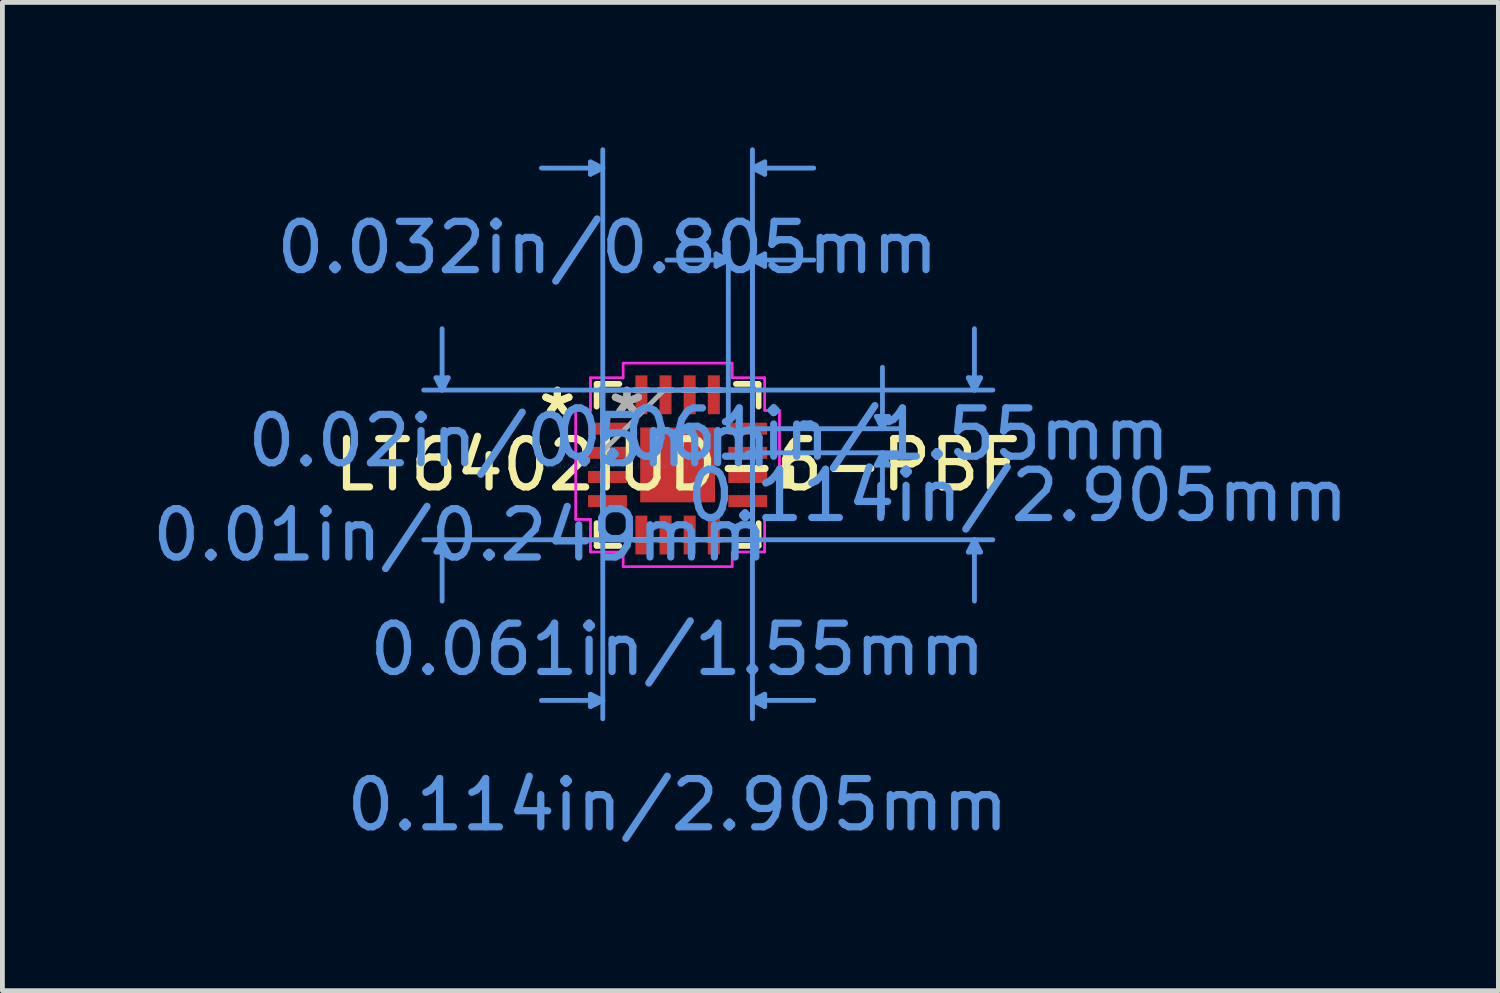
<source format=kicad_pcb>
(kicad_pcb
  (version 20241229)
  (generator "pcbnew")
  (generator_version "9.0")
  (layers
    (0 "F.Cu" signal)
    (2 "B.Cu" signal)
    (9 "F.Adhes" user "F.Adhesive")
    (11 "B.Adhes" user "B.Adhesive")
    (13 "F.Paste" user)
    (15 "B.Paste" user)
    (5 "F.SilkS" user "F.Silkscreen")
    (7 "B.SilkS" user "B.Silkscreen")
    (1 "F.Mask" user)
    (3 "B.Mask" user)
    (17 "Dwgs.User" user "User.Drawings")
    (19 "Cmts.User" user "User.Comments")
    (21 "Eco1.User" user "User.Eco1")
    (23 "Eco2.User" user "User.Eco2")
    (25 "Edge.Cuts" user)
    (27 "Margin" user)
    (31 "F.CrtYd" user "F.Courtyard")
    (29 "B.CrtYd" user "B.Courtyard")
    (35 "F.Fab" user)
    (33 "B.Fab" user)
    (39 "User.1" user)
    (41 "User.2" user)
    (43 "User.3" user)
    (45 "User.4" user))
  (footprint "LT6402IUD-6-PBF"
    (layer "F.Cu")
    (at 10.983 6.578)
    (property "Reference" "LT6402IUD-6-PBF" (at 0 0 0) (layer "F.SilkS") (effects (font (size 1 1) (thickness 0.15))))
    (attr through_hole)
    (fp_line (start -1.677 -1.677) (end -1.677 -1.207) (stroke (width 0.12) (type solid)) (layer "F.SilkS"))
    (fp_line (start -1.677 1.207) (end -1.677 1.677) (stroke (width 0.12) (type solid)) (layer "F.SilkS"))
    (fp_line (start -1.677 1.677) (end -1.207 1.677) (stroke (width 0.12) (type solid)) (layer "F.SilkS"))
    (fp_line (start -1.207 -1.677) (end -1.677 -1.677) (stroke (width 0.12) (type solid)) (layer "F.SilkS"))
    (fp_line (start 1.207 1.677) (end 1.677 1.677) (stroke (width 0.12) (type solid)) (layer "F.SilkS"))
    (fp_line (start 1.677 -1.677) (end 1.207 -1.677) (stroke (width 0.12) (type solid)) (layer "F.SilkS"))
    (fp_line (start 1.677 -1.207) (end 1.677 -1.677) (stroke (width 0.12) (type solid)) (layer "F.SilkS"))
    (fp_line (start 1.677 1.677) (end 1.677 1.207) (stroke (width 0.12) (type solid)) (layer "F.SilkS"))
    (fp_poly (pts (xy 2.363 0.059) (xy 2.363 0.441) (xy 2.109 0.441) (xy 2.109 0.059)) (stroke (width 0.1) (type solid)) (fill yes) (layer "F.SilkS"))
    (fp_line (start -5.004 -1.804) (end -4.75 -1.804) (stroke (width 0.1) (type solid)) (layer "Cmts.User"))
    (fp_line (start -5.004 1.804) (end -4.75 1.804) (stroke (width 0.1) (type solid)) (layer "Cmts.User"))
    (fp_line (start -4.877 -1.55) (end -5.004 -1.804) (stroke (width 0.1) (type solid)) (layer "Cmts.User"))
    (fp_line (start -4.877 -1.55) (end -4.877 -2.82) (stroke (width 0.1) (type solid)) (layer "Cmts.User"))
    (fp_line (start -4.877 -1.55) (end -4.75 -1.804) (stroke (width 0.1) (type solid)) (layer "Cmts.User"))
    (fp_line (start -4.877 1.55) (end -5.004 1.804) (stroke (width 0.1) (type solid)) (layer "Cmts.User"))
    (fp_line (start -4.877 1.55) (end -4.877 2.82) (stroke (width 0.1) (type solid)) (layer "Cmts.User"))
    (fp_line (start -4.877 1.55) (end -4.75 1.804) (stroke (width 0.1) (type solid)) (layer "Cmts.User"))
    (fp_line (start -1.804 -6.274) (end -1.804 -6.02) (stroke (width 0.1) (type solid)) (layer "Cmts.User"))
    (fp_line (start -1.804 4.75) (end -1.804 5.004) (stroke (width 0.1) (type solid)) (layer "Cmts.User"))
    (fp_line (start -1.55 -6.147) (end -2.82 -6.147) (stroke (width 0.1) (type solid)) (layer "Cmts.User"))
    (fp_line (start -1.55 -6.147) (end -1.804 -6.274) (stroke (width 0.1) (type solid)) (layer "Cmts.User"))
    (fp_line (start -1.55 -6.147) (end -1.804 -6.02) (stroke (width 0.1) (type solid)) (layer "Cmts.User"))
    (fp_line (start -1.55 -1.55) (end -1.55 5.258) (stroke (width 0.1) (type solid)) (layer "Cmts.User"))
    (fp_line (start -1.55 -0.75) (end -1.55 -6.528) (stroke (width 0.1) (type solid)) (layer "Cmts.User"))
    (fp_line (start -1.55 4.877) (end -2.82 4.877) (stroke (width 0.1) (type solid)) (layer "Cmts.User"))
    (fp_line (start -1.55 4.877) (end -1.804 4.75) (stroke (width 0.1) (type solid)) (layer "Cmts.User"))
    (fp_line (start -1.55 4.877) (end -1.804 5.004) (stroke (width 0.1) (type solid)) (layer "Cmts.User"))
    (fp_line (start 0.75 -1.55) (end 6.528 -1.55) (stroke (width 0.1) (type solid)) (layer "Cmts.User"))
    (fp_line (start 0.75 1.55) (end 6.528 1.55) (stroke (width 0.1) (type solid)) (layer "Cmts.User"))
    (fp_line (start 0.796 -4.369) (end 0.796 -4.115) (stroke (width 0.1) (type solid)) (layer "Cmts.User"))
    (fp_line (start 1.05 -4.242) (end -0.22 -4.242) (stroke (width 0.1) (type solid)) (layer "Cmts.User"))
    (fp_line (start 1.05 -4.242) (end 0.796 -4.369) (stroke (width 0.1) (type solid)) (layer "Cmts.User"))
    (fp_line (start 1.05 -4.242) (end 0.796 -4.115) (stroke (width 0.1) (type solid)) (layer "Cmts.User"))
    (fp_line (start 1.05 -0.75) (end 1.05 -4.623) (stroke (width 0.1) (type solid)) (layer "Cmts.User"))
    (fp_line (start 1.452 -0.75) (end 4.623 -0.75) (stroke (width 0.1) (type solid)) (layer "Cmts.User"))
    (fp_line (start 1.452 -0.25) (end 4.623 -0.25) (stroke (width 0.1) (type solid)) (layer "Cmts.User"))
    (fp_line (start 1.55 -6.147) (end 1.804 -6.274) (stroke (width 0.1) (type solid)) (layer "Cmts.User"))
    (fp_line (start 1.55 -6.147) (end 1.804 -6.02) (stroke (width 0.1) (type solid)) (layer "Cmts.User"))
    (fp_line (start 1.55 -6.147) (end 2.82 -6.147) (stroke (width 0.1) (type solid)) (layer "Cmts.User"))
    (fp_line (start 1.55 -4.242) (end 1.804 -4.369) (stroke (width 0.1) (type solid)) (layer "Cmts.User"))
    (fp_line (start 1.55 -4.242) (end 1.804 -4.115) (stroke (width 0.1) (type solid)) (layer "Cmts.User"))
    (fp_line (start 1.55 -4.242) (end 2.82 -4.242) (stroke (width 0.1) (type solid)) (layer "Cmts.User"))
    (fp_line (start 1.55 -1.55) (end -5.258 -1.55) (stroke (width 0.1) (type solid)) (layer "Cmts.User"))
    (fp_line (start 1.55 -1.55) (end 1.55 5.258) (stroke (width 0.1) (type solid)) (layer "Cmts.User"))
    (fp_line (start 1.55 -0.75) (end 1.55 -6.528) (stroke (width 0.1) (type solid)) (layer "Cmts.User"))
    (fp_line (start 1.55 -0.75) (end 1.55 -4.623) (stroke (width 0.1) (type solid)) (layer "Cmts.User"))
    (fp_line (start 1.55 1.55) (end -5.258 1.55) (stroke (width 0.1) (type solid)) (layer "Cmts.User"))
    (fp_line (start 1.55 4.877) (end 1.804 4.75) (stroke (width 0.1) (type solid)) (layer "Cmts.User"))
    (fp_line (start 1.55 4.877) (end 1.804 5.004) (stroke (width 0.1) (type solid)) (layer "Cmts.User"))
    (fp_line (start 1.55 4.877) (end 2.82 4.877) (stroke (width 0.1) (type solid)) (layer "Cmts.User"))
    (fp_line (start 1.804 -6.274) (end 1.804 -6.02) (stroke (width 0.1) (type solid)) (layer "Cmts.User"))
    (fp_line (start 1.804 -4.369) (end 1.804 -4.115) (stroke (width 0.1) (type solid)) (layer "Cmts.User"))
    (fp_line (start 1.804 4.75) (end 1.804 5.004) (stroke (width 0.1) (type solid)) (layer "Cmts.User"))
    (fp_line (start 4.115 -1.004) (end 4.369 -1.004) (stroke (width 0.1) (type solid)) (layer "Cmts.User"))
    (fp_line (start 4.115 0.004) (end 4.369 0.004) (stroke (width 0.1) (type solid)) (layer "Cmts.User"))
    (fp_line (start 4.242 -0.75) (end 4.115 -1.004) (stroke (width 0.1) (type solid)) (layer "Cmts.User"))
    (fp_line (start 4.242 -0.75) (end 4.242 -2.02) (stroke (width 0.1) (type solid)) (layer "Cmts.User"))
    (fp_line (start 4.242 -0.75) (end 4.369 -1.004) (stroke (width 0.1) (type solid)) (layer "Cmts.User"))
    (fp_line (start 4.242 -0.25) (end 4.115 0.004) (stroke (width 0.1) (type solid)) (layer "Cmts.User"))
    (fp_line (start 4.242 -0.25) (end 4.242 1.02) (stroke (width 0.1) (type solid)) (layer "Cmts.User"))
    (fp_line (start 4.242 -0.25) (end 4.369 0.004) (stroke (width 0.1) (type solid)) (layer "Cmts.User"))
    (fp_line (start 6.02 -1.804) (end 6.274 -1.804) (stroke (width 0.1) (type solid)) (layer "Cmts.User"))
    (fp_line (start 6.02 1.804) (end 6.274 1.804) (stroke (width 0.1) (type solid)) (layer "Cmts.User"))
    (fp_line (start 6.147 -1.55) (end 6.02 -1.804) (stroke (width 0.1) (type solid)) (layer "Cmts.User"))
    (fp_line (start 6.147 -1.55) (end 6.147 -2.82) (stroke (width 0.1) (type solid)) (layer "Cmts.User"))
    (fp_line (start 6.147 -1.55) (end 6.274 -1.804) (stroke (width 0.1) (type solid)) (layer "Cmts.User"))
    (fp_line (start 6.147 1.55) (end 6.02 1.804) (stroke (width 0.1) (type solid)) (layer "Cmts.User"))
    (fp_line (start 6.147 1.55) (end 6.147 2.82) (stroke (width 0.1) (type solid)) (layer "Cmts.User"))
    (fp_line (start 6.147 1.55) (end 6.274 1.804) (stroke (width 0.1) (type solid)) (layer "Cmts.User"))
    (fp_line (start -2.109 -1.129) (end -1.804 -1.129) (stroke (width 0.05) (type solid)) (layer "F.CrtYd"))
    (fp_line (start -2.109 -1.129) (end -1.804 -1.129) (stroke (width 0.05) (type solid)) (layer "F.CrtYd"))
    (fp_line (start -2.109 1.129) (end -2.109 -1.129) (stroke (width 0.05) (type solid)) (layer "F.CrtYd"))
    (fp_line (start -2.109 1.129) (end -2.109 -1.129) (stroke (width 0.05) (type solid)) (layer "F.CrtYd"))
    (fp_line (start -1.804 -1.804) (end -1.129 -1.804) (stroke (width 0.05) (type solid)) (layer "F.CrtYd"))
    (fp_line (start -1.804 -1.804) (end -1.129 -1.804) (stroke (width 0.05) (type solid)) (layer "F.CrtYd"))
    (fp_line (start -1.804 -1.129) (end -1.804 -1.804) (stroke (width 0.05) (type solid)) (layer "F.CrtYd"))
    (fp_line (start -1.804 -1.129) (end -1.804 -1.804) (stroke (width 0.05) (type solid)) (layer "F.CrtYd"))
    (fp_line (start -1.804 1.129) (end -2.109 1.129) (stroke (width 0.05) (type solid)) (layer "F.CrtYd"))
    (fp_line (start -1.804 1.129) (end -2.109 1.129) (stroke (width 0.05) (type solid)) (layer "F.CrtYd"))
    (fp_line (start -1.804 1.804) (end -1.804 1.129) (stroke (width 0.05) (type solid)) (layer "F.CrtYd"))
    (fp_line (start -1.804 1.804) (end -1.804 1.129) (stroke (width 0.05) (type solid)) (layer "F.CrtYd"))
    (fp_line (start -1.129 -2.109) (end 1.129 -2.109) (stroke (width 0.05) (type solid)) (layer "F.CrtYd"))
    (fp_line (start -1.129 -2.109) (end 1.129 -2.109) (stroke (width 0.05) (type solid)) (layer "F.CrtYd"))
    (fp_line (start -1.129 -1.804) (end -1.129 -2.109) (stroke (width 0.05) (type solid)) (layer "F.CrtYd"))
    (fp_line (start -1.129 -1.804) (end -1.129 -2.109) (stroke (width 0.05) (type solid)) (layer "F.CrtYd"))
    (fp_line (start -1.129 1.804) (end -1.804 1.804) (stroke (width 0.05) (type solid)) (layer "F.CrtYd"))
    (fp_line (start -1.129 1.804) (end -1.804 1.804) (stroke (width 0.05) (type solid)) (layer "F.CrtYd"))
    (fp_line (start -1.129 2.109) (end -1.129 1.804) (stroke (width 0.05) (type solid)) (layer "F.CrtYd"))
    (fp_line (start -1.129 2.109) (end -1.129 1.804) (stroke (width 0.05) (type solid)) (layer "F.CrtYd"))
    (fp_line (start 1.129 -2.109) (end 1.129 -1.804) (stroke (width 0.05) (type solid)) (layer "F.CrtYd"))
    (fp_line (start 1.129 -2.109) (end 1.129 -1.804) (stroke (width 0.05) (type solid)) (layer "F.CrtYd"))
    (fp_line (start 1.129 -1.804) (end 1.804 -1.804) (stroke (width 0.05) (type solid)) (layer "F.CrtYd"))
    (fp_line (start 1.129 -1.804) (end 1.804 -1.804) (stroke (width 0.05) (type solid)) (layer "F.CrtYd"))
    (fp_line (start 1.129 1.804) (end 1.129 2.109) (stroke (width 0.05) (type solid)) (layer "F.CrtYd"))
    (fp_line (start 1.129 1.804) (end 1.129 2.109) (stroke (width 0.05) (type solid)) (layer "F.CrtYd"))
    (fp_line (start 1.129 2.109) (end -1.129 2.109) (stroke (width 0.05) (type solid)) (layer "F.CrtYd"))
    (fp_line (start 1.129 2.109) (end -1.129 2.109) (stroke (width 0.05) (type solid)) (layer "F.CrtYd"))
    (fp_line (start 1.804 -1.804) (end 1.804 -1.129) (stroke (width 0.05) (type solid)) (layer "F.CrtYd"))
    (fp_line (start 1.804 -1.804) (end 1.804 -1.129) (stroke (width 0.05) (type solid)) (layer "F.CrtYd"))
    (fp_line (start 1.804 -1.129) (end 2.109 -1.129) (stroke (width 0.05) (type solid)) (layer "F.CrtYd"))
    (fp_line (start 1.804 -1.129) (end 2.109 -1.129) (stroke (width 0.05) (type solid)) (layer "F.CrtYd"))
    (fp_line (start 1.804 1.129) (end 1.804 1.804) (stroke (width 0.05) (type solid)) (layer "F.CrtYd"))
    (fp_line (start 1.804 1.129) (end 1.804 1.804) (stroke (width 0.05) (type solid)) (layer "F.CrtYd"))
    (fp_line (start 1.804 1.804) (end 1.129 1.804) (stroke (width 0.05) (type solid)) (layer "F.CrtYd"))
    (fp_line (start 1.804 1.804) (end 1.129 1.804) (stroke (width 0.05) (type solid)) (layer "F.CrtYd"))
    (fp_line (start 2.109 -1.129) (end 2.109 1.129) (stroke (width 0.05) (type solid)) (layer "F.CrtYd"))
    (fp_line (start 2.109 -1.129) (end 2.109 1.129) (stroke (width 0.05) (type solid)) (layer "F.CrtYd"))
    (fp_line (start 2.109 1.129) (end 1.804 1.129) (stroke (width 0.05) (type solid)) (layer "F.CrtYd"))
    (fp_line (start 2.109 1.129) (end 1.804 1.129) (stroke (width 0.05) (type solid)) (layer "F.CrtYd"))
    (fp_line (start -1.55 -1.55) (end -1.55 -1.55) (stroke (width 0.1) (type solid)) (layer "F.Fab"))
    (fp_line (start -1.55 -1.55) (end -1.55 1.55) (stroke (width 0.1) (type solid)) (layer "F.Fab"))
    (fp_line (start -1.55 -0.9) (end -1.55 -0.9) (stroke (width 0.1) (type solid)) (layer "F.Fab"))
    (fp_line (start -1.55 -0.9) (end -1.55 -0.6) (stroke (width 0.1) (type solid)) (layer "F.Fab"))
    (fp_line (start -1.55 -0.6) (end -1.55 -0.9) (stroke (width 0.1) (type solid)) (layer "F.Fab"))
    (fp_line (start -1.55 -0.6) (end -1.55 -0.6) (stroke (width 0.1) (type solid)) (layer "F.Fab"))
    (fp_line (start -1.55 -0.4) (end -1.55 -0.4) (stroke (width 0.1) (type solid)) (layer "F.Fab"))
    (fp_line (start -1.55 -0.4) (end -1.55 -0.1) (stroke (width 0.1) (type solid)) (layer "F.Fab"))
    (fp_line (start -1.55 -0.28) (end -0.28 -1.55) (stroke (width 0.1) (type solid)) (layer "F.Fab"))
    (fp_line (start -1.55 -0.1) (end -1.55 -0.4) (stroke (width 0.1) (type solid)) (layer "F.Fab"))
    (fp_line (start -1.55 -0.1) (end -1.55 -0.1) (stroke (width 0.1) (type solid)) (layer "F.Fab"))
    (fp_line (start -1.55 0.1) (end -1.55 0.1) (stroke (width 0.1) (type solid)) (layer "F.Fab"))
    (fp_line (start -1.55 0.1) (end -1.55 0.4) (stroke (width 0.1) (type solid)) (layer "F.Fab"))
    (fp_line (start -1.55 0.4) (end -1.55 0.1) (stroke (width 0.1) (type solid)) (layer "F.Fab"))
    (fp_line (start -1.55 0.4) (end -1.55 0.4) (stroke (width 0.1) (type solid)) (layer "F.Fab"))
    (fp_line (start -1.55 0.6) (end -1.55 0.6) (stroke (width 0.1) (type solid)) (layer "F.Fab"))
    (fp_line (start -1.55 0.6) (end -1.55 0.9) (stroke (width 0.1) (type solid)) (layer "F.Fab"))
    (fp_line (start -1.55 0.9) (end -1.55 0.6) (stroke (width 0.1) (type solid)) (layer "F.Fab"))
    (fp_line (start -1.55 0.9) (end -1.55 0.9) (stroke (width 0.1) (type solid)) (layer "F.Fab"))
    (fp_line (start -1.55 1.55) (end -1.55 1.55) (stroke (width 0.1) (type solid)) (layer "F.Fab"))
    (fp_line (start -1.55 1.55) (end 1.55 1.55) (stroke (width 0.1) (type solid)) (layer "F.Fab"))
    (fp_line (start -0.9 -1.55) (end -0.9 -1.55) (stroke (width 0.1) (type solid)) (layer "F.Fab"))
    (fp_line (start -0.9 -1.55) (end -0.6 -1.55) (stroke (width 0.1) (type solid)) (layer "F.Fab"))
    (fp_line (start -0.9 1.55) (end -0.9 1.55) (stroke (width 0.1) (type solid)) (layer "F.Fab"))
    (fp_line (start -0.9 1.55) (end -0.6 1.55) (stroke (width 0.1) (type solid)) (layer "F.Fab"))
    (fp_line (start -0.6 -1.55) (end -0.9 -1.55) (stroke (width 0.1) (type solid)) (layer "F.Fab"))
    (fp_line (start -0.6 -1.55) (end -0.6 -1.55) (stroke (width 0.1) (type solid)) (layer "F.Fab"))
    (fp_line (start -0.6 1.55) (end -0.9 1.55) (stroke (width 0.1) (type solid)) (layer "F.Fab"))
    (fp_line (start -0.6 1.55) (end -0.6 1.55) (stroke (width 0.1) (type solid)) (layer "F.Fab"))
    (fp_line (start -0.4 -1.55) (end -0.4 -1.55) (stroke (width 0.1) (type solid)) (layer "F.Fab"))
    (fp_line (start -0.4 -1.55) (end -0.1 -1.55) (stroke (width 0.1) (type solid)) (layer "F.Fab"))
    (fp_line (start -0.4 1.55) (end -0.4 1.55) (stroke (width 0.1) (type solid)) (layer "F.Fab"))
    (fp_line (start -0.4 1.55) (end -0.1 1.55) (stroke (width 0.1) (type solid)) (layer "F.Fab"))
    (fp_line (start -0.1 -1.55) (end -0.4 -1.55) (stroke (width 0.1) (type solid)) (layer "F.Fab"))
    (fp_line (start -0.1 -1.55) (end -0.1 -1.55) (stroke (width 0.1) (type solid)) (layer "F.Fab"))
    (fp_line (start -0.1 1.55) (end -0.4 1.55) (stroke (width 0.1) (type solid)) (layer "F.Fab"))
    (fp_line (start -0.1 1.55) (end -0.1 1.55) (stroke (width 0.1) (type solid)) (layer "F.Fab"))
    (fp_line (start 0.1 -1.55) (end 0.1 -1.55) (stroke (width 0.1) (type solid)) (layer "F.Fab"))
    (fp_line (start 0.1 -1.55) (end 0.4 -1.55) (stroke (width 0.1) (type solid)) (layer "F.Fab"))
    (fp_line (start 0.1 1.55) (end 0.1 1.55) (stroke (width 0.1) (type solid)) (layer "F.Fab"))
    (fp_line (start 0.1 1.55) (end 0.4 1.55) (stroke (width 0.1) (type solid)) (layer "F.Fab"))
    (fp_line (start 0.4 -1.55) (end 0.1 -1.55) (stroke (width 0.1) (type solid)) (layer "F.Fab"))
    (fp_line (start 0.4 -1.55) (end 0.4 -1.55) (stroke (width 0.1) (type solid)) (layer "F.Fab"))
    (fp_line (start 0.4 1.55) (end 0.1 1.55) (stroke (width 0.1) (type solid)) (layer "F.Fab"))
    (fp_line (start 0.4 1.55) (end 0.4 1.55) (stroke (width 0.1) (type solid)) (layer "F.Fab"))
    (fp_line (start 0.6 -1.55) (end 0.6 -1.55) (stroke (width 0.1) (type solid)) (layer "F.Fab"))
    (fp_line (start 0.6 -1.55) (end 0.9 -1.55) (stroke (width 0.1) (type solid)) (layer "F.Fab"))
    (fp_line (start 0.6 1.55) (end 0.6 1.55) (stroke (width 0.1) (type solid)) (layer "F.Fab"))
    (fp_line (start 0.6 1.55) (end 0.9 1.55) (stroke (width 0.1) (type solid)) (layer "F.Fab"))
    (fp_line (start 0.9 -1.55) (end 0.6 -1.55) (stroke (width 0.1) (type solid)) (layer "F.Fab"))
    (fp_line (start 0.9 -1.55) (end 0.9 -1.55) (stroke (width 0.1) (type solid)) (layer "F.Fab"))
    (fp_line (start 0.9 1.55) (end 0.6 1.55) (stroke (width 0.1) (type solid)) (layer "F.Fab"))
    (fp_line (start 0.9 1.55) (end 0.9 1.55) (stroke (width 0.1) (type solid)) (layer "F.Fab"))
    (fp_line (start 1.55 -1.55) (end -1.55 -1.55) (stroke (width 0.1) (type solid)) (layer "F.Fab"))
    (fp_line (start 1.55 -1.55) (end 1.55 -1.55) (stroke (width 0.1) (type solid)) (layer "F.Fab"))
    (fp_line (start 1.55 -0.9) (end 1.55 -0.9) (stroke (width 0.1) (type solid)) (layer "F.Fab"))
    (fp_line (start 1.55 -0.9) (end 1.55 -0.6) (stroke (width 0.1) (type solid)) (layer "F.Fab"))
    (fp_line (start 1.55 -0.6) (end 1.55 -0.9) (stroke (width 0.1) (type solid)) (layer "F.Fab"))
    (fp_line (start 1.55 -0.6) (end 1.55 -0.6) (stroke (width 0.1) (type solid)) (layer "F.Fab"))
    (fp_line (start 1.55 -0.4) (end 1.55 -0.4) (stroke (width 0.1) (type solid)) (layer "F.Fab"))
    (fp_line (start 1.55 -0.4) (end 1.55 -0.1) (stroke (width 0.1) (type solid)) (layer "F.Fab"))
    (fp_line (start 1.55 -0.1) (end 1.55 -0.4) (stroke (width 0.1) (type solid)) (layer "F.Fab"))
    (fp_line (start 1.55 -0.1) (end 1.55 -0.1) (stroke (width 0.1) (type solid)) (layer "F.Fab"))
    (fp_line (start 1.55 0.1) (end 1.55 0.1) (stroke (width 0.1) (type solid)) (layer "F.Fab"))
    (fp_line (start 1.55 0.1) (end 1.55 0.4) (stroke (width 0.1) (type solid)) (layer "F.Fab"))
    (fp_line (start 1.55 0.4) (end 1.55 0.1) (stroke (width 0.1) (type solid)) (layer "F.Fab"))
    (fp_line (start 1.55 0.4) (end 1.55 0.4) (stroke (width 0.1) (type solid)) (layer "F.Fab"))
    (fp_line (start 1.55 0.6) (end 1.55 0.6) (stroke (width 0.1) (type solid)) (layer "F.Fab"))
    (fp_line (start 1.55 0.6) (end 1.55 0.9) (stroke (width 0.1) (type solid)) (layer "F.Fab"))
    (fp_line (start 1.55 0.9) (end 1.55 0.6) (stroke (width 0.1) (type solid)) (layer "F.Fab"))
    (fp_line (start 1.55 0.9) (end 1.55 0.9) (stroke (width 0.1) (type solid)) (layer "F.Fab"))
    (fp_line (start 1.55 1.55) (end 1.55 -1.55) (stroke (width 0.1) (type solid)) (layer "F.Fab"))
    (fp_line (start 1.55 1.55) (end 1.55 1.55) (stroke (width 0.1) (type solid)) (layer "F.Fab"))
    (fp_text user "*" (at -2.49 -1 0) (layer "F.SilkS") (effects (font (size 1 1) (thickness 0.15))))
    (fp_text user "*" (at -2.49 -1 0) (layer "F.SilkS") (effects (font (size 1 1) (thickness 0.15))))
    (fp_text user "0.114in/2.905mm" (at 7.04 0.635 0) (layer "Cmts.User") (effects (font (size 1 1) (thickness 0.15))))
    (fp_text user "0.114in/2.905mm" (at 0 7.04 0) (layer "Cmts.User") (effects (font (size 1 1) (thickness 0.15))))
    (fp_text user "0.032in/0.805mm" (at -1.452 -4.5 0) (layer "Cmts.User") (effects (font (size 1 1) (thickness 0.15))))
    (fp_text user "0.01in/0.249mm" (at -4.5 1.452 0) (layer "Cmts.User") (effects (font (size 1 1) (thickness 0.15))))
    (fp_text user "0.061in/1.55mm" (at 3.823 -0.635 0) (layer "Cmts.User") (effects (font (size 1 1) (thickness 0.15))))
    (fp_text user "0.02in/0.5mm" (at -3.48 -0.5 0) (layer "Cmts.User") (effects (font (size 1 1) (thickness 0.15))))
    (fp_text user "Copyright 2021 Accelerated Designs. All rights reserved." (at 0 0 0) (layer "Cmts.User") (effects (font (size 0.127 0.127) (thickness 0.002))))
    (fp_text user "0.061in/1.55mm" (at 0 3.823 0) (layer "Cmts.User") (effects (font (size 1 1) (thickness 0.15))))
    (fp_text user "*" (at -1.05 -1 0) (layer "F.Fab") (effects (font (size 1 1) (thickness 0.15))))
    (fp_text user "*" (at -1.05 -1 0) (layer "F.Fab") (effects (font (size 1 1) (thickness 0.15))))
    (pad "1" smd rect (at -1.452 -0.75 90) (size 0.249 0.805) (layers "F.Cu" "F.Mask" "F.Paste"))
    (pad "2" smd rect (at -1.452 -0.25 90) (size 0.249 0.805) (layers "F.Cu" "F.Mask" "F.Paste"))
    (pad "3" smd rect (at -1.452 0.25 90) (size 0.249 0.805) (layers "F.Cu" "F.Mask" "F.Paste"))
    (pad "4" smd rect (at -1.452 0.75 90) (size 0.249 0.805) (layers "F.Cu" "F.Mask" "F.Paste"))
    (pad "5" smd rect (at -0.75 1.452) (size 0.249 0.805) (layers "F.Cu" "F.Mask" "F.Paste"))
    (pad "6" smd rect (at -0.25 1.452) (size 0.249 0.805) (layers "F.Cu" "F.Mask" "F.Paste"))
    (pad "7" smd rect (at 0.25 1.452) (size 0.249 0.805) (layers "F.Cu" "F.Mask" "F.Paste"))
    (pad "8" smd rect (at 0.75 1.452) (size 0.249 0.805) (layers "F.Cu" "F.Mask" "F.Paste"))
    (pad "9" smd rect (at 1.452 0.75 90) (size 0.249 0.805) (layers "F.Cu" "F.Mask" "F.Paste"))
    (pad "10" smd rect (at 1.452 0.25 90) (size 0.249 0.805) (layers "F.Cu" "F.Mask" "F.Paste"))
    (pad "11" smd rect (at 1.452 -0.25 90) (size 0.249 0.805) (layers "F.Cu" "F.Mask" "F.Paste"))
    (pad "12" smd rect (at 1.452 -0.75 90) (size 0.249 0.805) (layers "F.Cu" "F.Mask" "F.Paste"))
    (pad "13" smd rect (at 0.75 -1.452) (size 0.249 0.805) (layers "F.Cu" "F.Mask" "F.Paste"))
    (pad "14" smd rect (at 0.25 -1.452) (size 0.249 0.805) (layers "F.Cu" "F.Mask" "F.Paste"))
    (pad "15" smd rect (at -0.25 -1.452) (size 0.249 0.805) (layers "F.Cu" "F.Mask" "F.Paste"))
    (pad "16" smd rect (at -0.75 -1.452) (size 0.249 0.805) (layers "F.Cu" "F.Mask" "F.Paste"))
    (pad "17" smd rect (at 0 0) (size 1.55 1.55) (layers "F.Cu" "F.Mask" "F.Paste")))
  (gr_rect
    (start -3 -3)
    (end 27.981 17.467)
    (stroke (width 0.1) (type default))
    (fill no)
    (layer "Edge.Cuts")))
</source>
